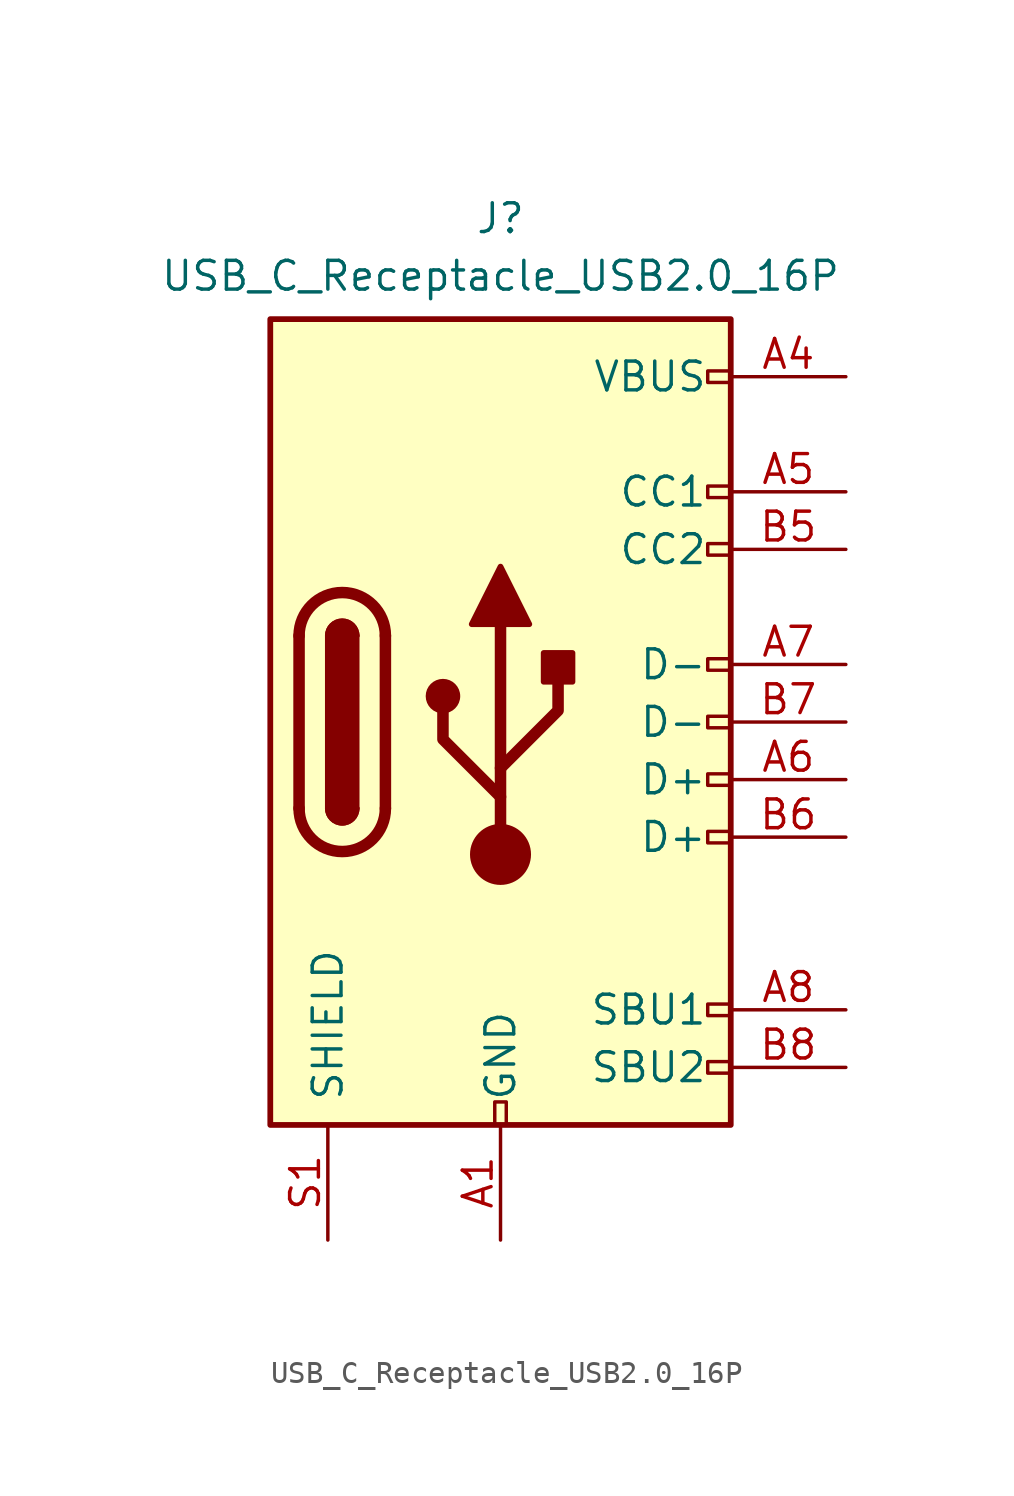
<source format=kicad_sym>
(kicad_symbol_lib
  (version 20241209)
  (generator "kicad_symbol_editor")
  (generator_version "9.0")
  (symbol "USB_C_Receptacle_USB2.0_16P"
    (pin_names
      (offset 1.016))
    (property "Reference" "J"
      (at 0 22.225 0)
      (effects (font (size 1.27 1.27))))
    (property "Value" "USB_C_Receptacle_USB2.0_16P"
      (at 0 19.685 0)
      (effects (font (size 1.27 1.27))))
    (symbol "USB_C_Receptacle_USB2.0_16P_0_0"
      (rectangle (start -0.254 -17.78) (end 0.254 -16.764) (stroke (width 0) (type default)) (fill (type none)))
      (rectangle (start 10.16 15.494) (end 9.144 14.986) (stroke (width 0) (type default)) (fill (type none)))
      (rectangle (start 10.16 10.414) (end 9.144 9.906) (stroke (width 0) (type default)) (fill (type none)))
      (rectangle (start 10.16 7.874) (end 9.144 7.366) (stroke (width 0) (type default)) (fill (type none)))
      (rectangle (start 10.16 2.794) (end 9.144 2.286) (stroke (width 0) (type default)) (fill (type none)))
      (rectangle (start 10.16 0.254) (end 9.144 -0.254) (stroke (width 0) (type default)) (fill (type none)))
      (rectangle (start 10.16 -2.286) (end 9.144 -2.794) (stroke (width 0) (type default)) (fill (type none)))
      (rectangle (start 10.16 -4.826) (end 9.144 -5.334) (stroke (width 0) (type default)) (fill (type none)))
      (rectangle (start 10.16 -12.446) (end 9.144 -12.954) (stroke (width 0) (type default)) (fill (type none)))
      (rectangle (start 10.16 -14.986) (end 9.144 -15.494) (stroke (width 0) (type default)) (fill (type none))))
    (symbol "USB_C_Receptacle_USB2.0_16P_0_1"
      (rectangle (start -10.16 17.78) (end 10.16 -17.78) (stroke (width 0.254) (type default)) (fill (type background)))
      (polyline (pts (xy -8.89 -3.81) (xy -8.89 3.81)) (stroke (width 0.508) (type default)) (fill (type none)))
      (rectangle (start -7.62 -3.81) (end -6.35 3.81) (stroke (width 0.254) (type default)) (fill (type outline)))
      (arc (start -7.62 3.81) (mid -6.985 4.4423) (end -6.35 3.81) (stroke (width 0.254) (type default)) (fill (type none)))
      (arc (start -7.62 3.81) (mid -6.985 4.4423) (end -6.35 3.81) (stroke (width 0.254) (type default)) (fill (type outline)))
      (arc (start -8.89 3.81) (mid -6.985 5.7067) (end -5.08 3.81) (stroke (width 0.508) (type default)) (fill (type none)))
      (arc (start -5.08 -3.81) (mid -6.985 -5.7067) (end -8.89 -3.81) (stroke (width 0.508) (type default)) (fill (type none)))
      (arc (start -6.35 -3.81) (mid -6.985 -4.4423) (end -7.62 -3.81) (stroke (width 0.254) (type default)) (fill (type none)))
      (arc (start -6.35 -3.81) (mid -6.985 -4.4423) (end -7.62 -3.81) (stroke (width 0.254) (type default)) (fill (type outline)))
      (polyline (pts (xy -5.08 3.81) (xy -5.08 -3.81)) (stroke (width 0.508) (type default)) (fill (type none)))
      (circle (center -2.54 1.143) (radius 0.635) (stroke (width 0.254) (type default)) (fill (type outline)))
      (polyline (pts (xy -1.27 4.318) (xy 0 6.858) (xy 1.27 4.318) (xy -1.27 4.318)) (stroke (width 0.254) (type default)) (fill (type outline)))
      (polyline (pts (xy 0 -2.032) (xy 2.54 0.508) (xy 2.54 1.778)) (stroke (width 0.508) (type default)) (fill (type none)))
      (polyline (pts (xy 0 -3.302) (xy -2.54 -0.762) (xy -2.54 0.508)) (stroke (width 0.508) (type default)) (fill (type none)))
      (polyline (pts (xy 0 -5.842) (xy 0 4.318)) (stroke (width 0.508) (type default)) (fill (type none)))
      (circle (center 0 -5.842) (radius 1.27) (stroke (width 0) (type default)) (fill (type outline)))
      (rectangle (start 1.905 1.778) (end 3.175 3.048) (stroke (width 0.254) (type default)) (fill (type outline))))
    (symbol "USB_C_Receptacle_USB2.0_16P_1_1"
      (pin passive line (at -7.62 -22.86 90) (length 5.08) (name "SHIELD" (effects (font (size 1.27 1.27)))) (number "S1" (effects (font (size 1.27 1.27)))))
      (pin passive line (at 0 -22.86 90) (length 5.08) (name "GND" (effects (font (size 1.27 1.27)))) (number "A1" (effects (font (size 1.27 1.27)))))
      (pin passive line (at 0 -22.86 90) (length 5.08) (hide yes) (name "GND" (effects (font (size 1.27 1.27)))) (number "A12" (effects (font (size 1.27 1.27)))))
      (pin passive line (at 0 -22.86 90) (length 5.08) (hide yes) (name "GND" (effects (font (size 1.27 1.27)))) (number "B1" (effects (font (size 1.27 1.27)))))
      (pin passive line (at 0 -22.86 90) (length 5.08) (hide yes) (name "GND" (effects (font (size 1.27 1.27)))) (number "B12" (effects (font (size 1.27 1.27)))))
      (pin passive line (at 15.24 15.24 180) (length 5.08) (name "VBUS" (effects (font (size 1.27 1.27)))) (number "A4" (effects (font (size 1.27 1.27)))))
      (pin passive line (at 15.24 15.24 180) (length 5.08) (hide yes) (name "VBUS" (effects (font (size 1.27 1.27)))) (number "A9" (effects (font (size 1.27 1.27)))))
      (pin passive line (at 15.24 15.24 180) (length 5.08) (hide yes) (name "VBUS" (effects (font (size 1.27 1.27)))) (number "B4" (effects (font (size 1.27 1.27)))))
      (pin passive line (at 15.24 15.24 180) (length 5.08) (hide yes) (name "VBUS" (effects (font (size 1.27 1.27)))) (number "B9" (effects (font (size 1.27 1.27)))))
      (pin bidirectional line (at 15.24 10.16 180) (length 5.08) (name "CC1" (effects (font (size 1.27 1.27)))) (number "A5" (effects (font (size 1.27 1.27)))))
      (pin bidirectional line (at 15.24 7.62 180) (length 5.08) (name "CC2" (effects (font (size 1.27 1.27)))) (number "B5" (effects (font (size 1.27 1.27)))))
      (pin bidirectional line (at 15.24 2.54 180) (length 5.08) (name "D-" (effects (font (size 1.27 1.27)))) (number "A7" (effects (font (size 1.27 1.27)))))
      (pin bidirectional line (at 15.24 0 180) (length 5.08) (name "D-" (effects (font (size 1.27 1.27)))) (number "B7" (effects (font (size 1.27 1.27)))))
      (pin bidirectional line (at 15.24 -2.54 180) (length 5.08) (name "D+" (effects (font (size 1.27 1.27)))) (number "A6" (effects (font (size 1.27 1.27)))))
      (pin bidirectional line (at 15.24 -5.08 180) (length 5.08) (name "D+" (effects (font (size 1.27 1.27)))) (number "B6" (effects (font (size 1.27 1.27)))))
      (pin bidirectional line (at 15.24 -12.7 180) (length 5.08) (name "SBU1" (effects (font (size 1.27 1.27)))) (number "A8" (effects (font (size 1.27 1.27)))))
      (pin bidirectional line (at 15.24 -15.24 180) (length 5.08) (name "SBU2" (effects (font (size 1.27 1.27)))) (number "B8" (effects (font (size 1.27 1.27))))))))
</source>
